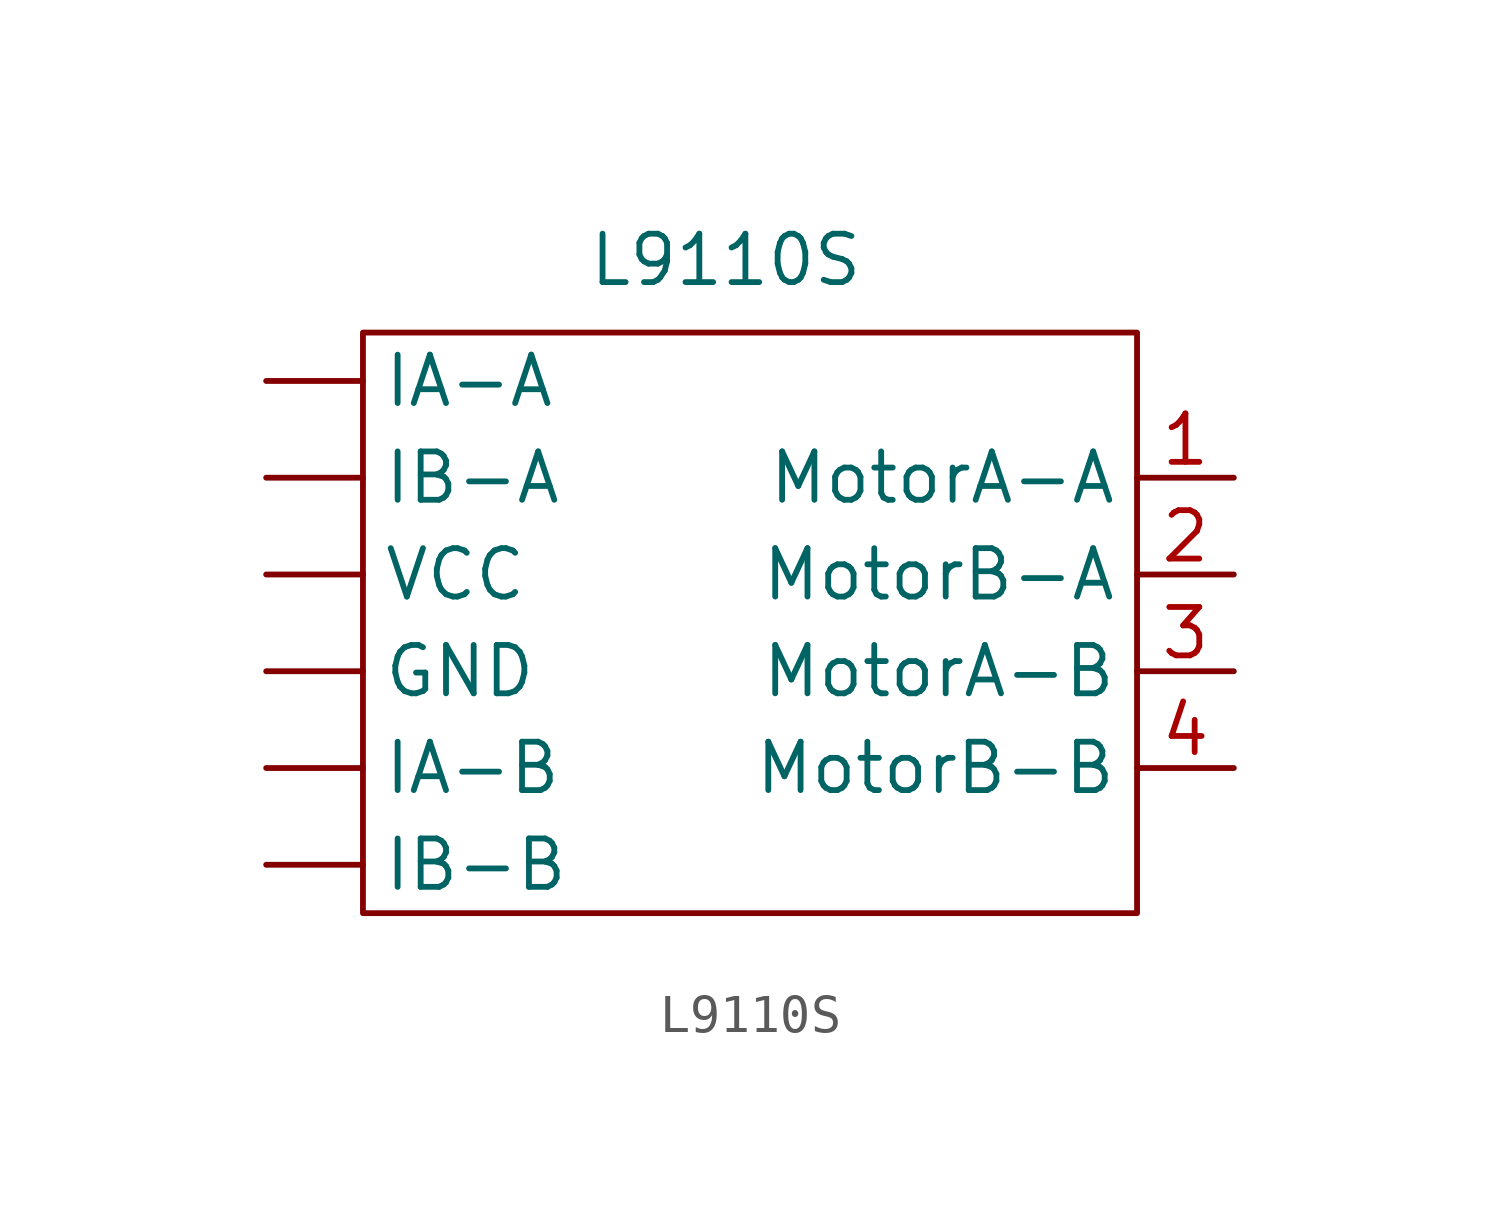
<source format=kicad_sym>
(kicad_symbol_lib
  (version 20220914)
  (generator kicad_symbol_editor)
  (symbol "L9110S"
    (property "Reference" "SW"
      (at -0.635 4.445 0)
      (effects (font (size 1.27 1.27)) hide))
    (property "Value" "L9110S"
      (at -0.635 8.255 0)
      (effects (font (size 1.27 1.27))))
    (symbol "L9110S_0_1"
      (rectangle (start -10.16 6.35) (end 10.16 -8.89) (stroke (width 0) (type default)) (fill (type none))))
    (symbol "L9110S_1_1"
      (pin passive line (at -12.7 -2.54 0) (length 2.54) (name "GND" (effects (font (size 1.27 1.27)))) (number "" (effects (font (size 1.27 1.27)))))
      (pin input line (at -12.7 5.08 0) (length 2.54) (name "IA-A" (effects (font (size 1.27 1.27)))) (number "" (effects (font (size 1.27 1.27)))))
      (pin input line (at -12.7 -5.08 0) (length 2.54) (name "IA-B" (effects (font (size 1.27 1.27)))) (number "" (effects (font (size 1.27 1.27)))))
      (pin input line (at -12.7 2.54 0) (length 2.54) (name "IB-A" (effects (font (size 1.27 1.27)))) (number "" (effects (font (size 1.27 1.27)))))
      (pin input line (at -12.7 -7.62 0) (length 2.54) (name "IB-B" (effects (font (size 1.27 1.27)))) (number "" (effects (font (size 1.27 1.27)))))
      (pin power_in line (at -12.7 0 0) (length 2.54) (name "VCC" (effects (font (size 1.27 1.27)))) (number "" (effects (font (size 1.27 1.27)))))
      (pin output line (at 12.7 2.54 180) (length 2.54) (name "MotorA-A" (effects (font (size 1.27 1.27)))) (number "1" (effects (font (size 1.27 1.27)))))
      (pin output line (at 12.7 0 180) (length 2.54) (name "MotorB-A" (effects (font (size 1.27 1.27)))) (number "2" (effects (font (size 1.27 1.27)))))
      (pin output line (at 12.7 -2.54 180) (length 2.54) (name "MotorA-B" (effects (font (size 1.27 1.27)))) (number "3" (effects (font (size 1.27 1.27)))))
      (pin output line (at 12.7 -5.08 180) (length 2.54) (name "MotorB-B" (effects (font (size 1.27 1.27)))) (number "4" (effects (font (size 1.27 1.27))))))))
</source>
